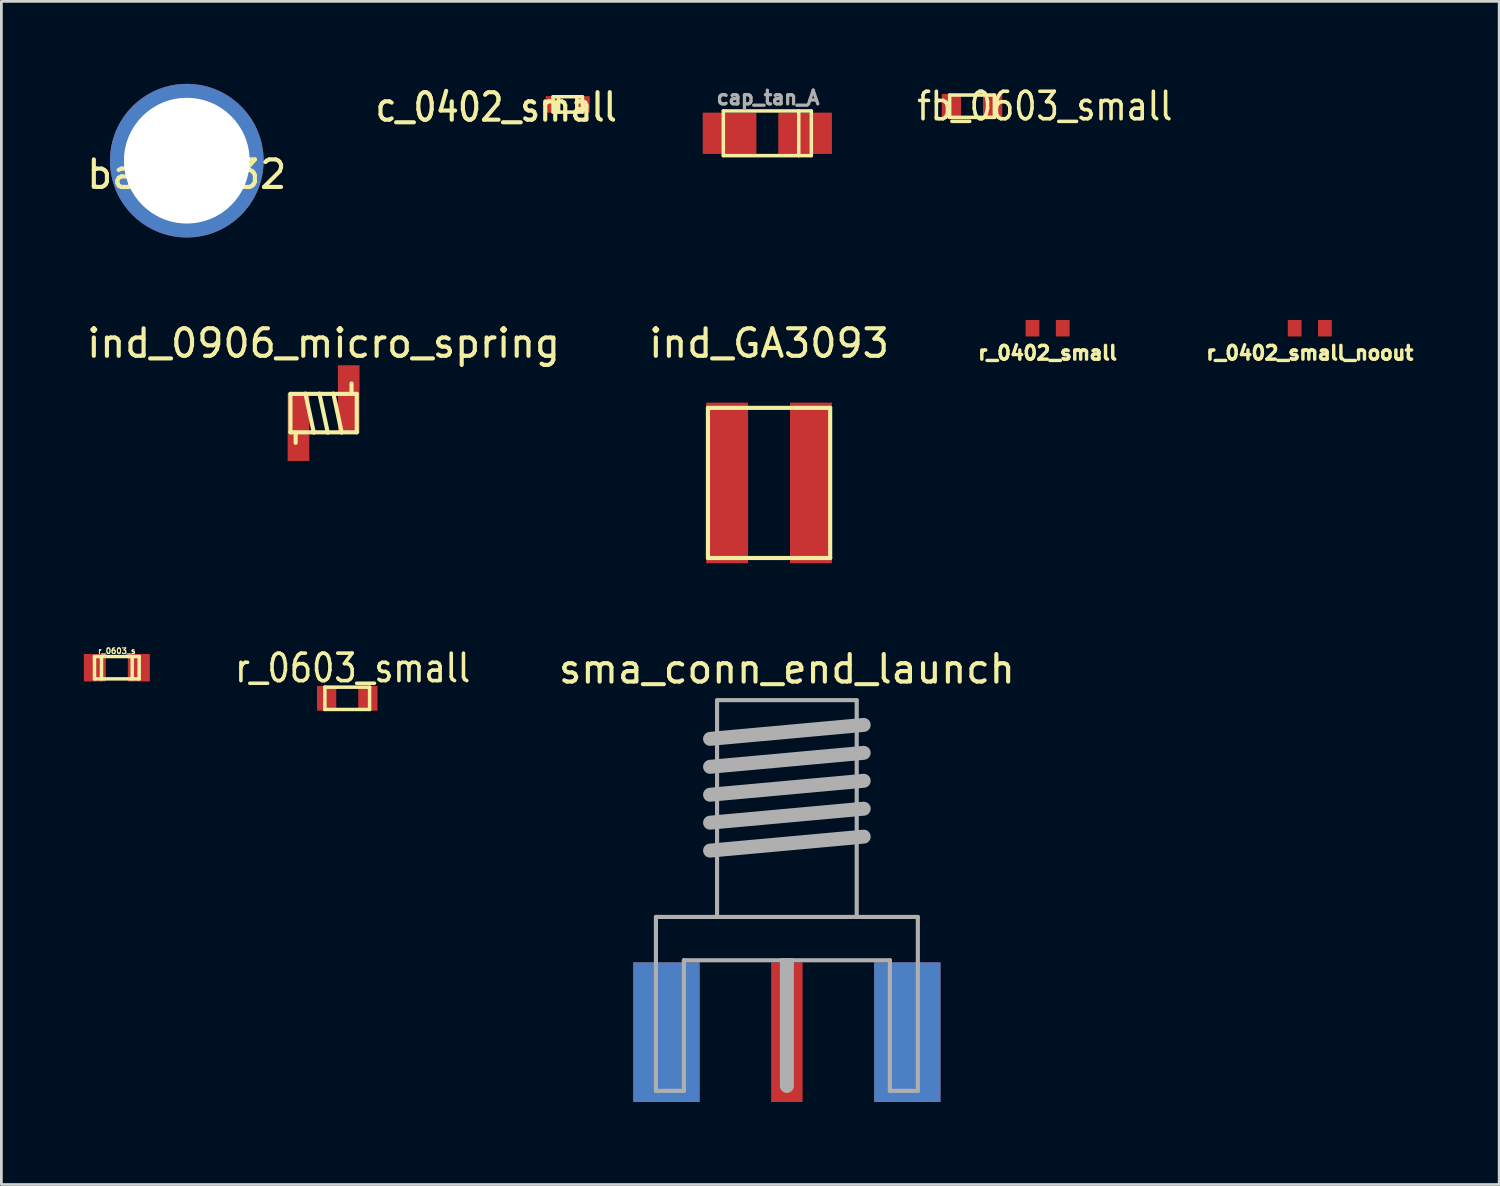
<source format=kicad_pcb>
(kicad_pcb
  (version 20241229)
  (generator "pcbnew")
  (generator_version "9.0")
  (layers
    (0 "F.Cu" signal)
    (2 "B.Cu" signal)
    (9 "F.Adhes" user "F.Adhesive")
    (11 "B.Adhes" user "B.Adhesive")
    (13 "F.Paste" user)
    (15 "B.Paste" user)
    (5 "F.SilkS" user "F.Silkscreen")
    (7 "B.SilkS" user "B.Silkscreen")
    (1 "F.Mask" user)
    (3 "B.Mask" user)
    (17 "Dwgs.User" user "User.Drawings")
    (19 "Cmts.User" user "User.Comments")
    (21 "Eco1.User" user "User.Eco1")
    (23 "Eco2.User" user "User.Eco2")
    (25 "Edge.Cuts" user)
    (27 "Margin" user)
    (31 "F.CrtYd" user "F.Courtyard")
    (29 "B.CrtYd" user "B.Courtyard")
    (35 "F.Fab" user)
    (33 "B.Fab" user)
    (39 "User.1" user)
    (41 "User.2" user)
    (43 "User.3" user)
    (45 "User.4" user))
  (footprint "r_0402_small_noout"
    (layer "F.Cu")
    (at 44.591 8.888)
    (property "Reference" "r_0402_small_noout" (at 0 0.9 0) (layer "F.SilkS") (effects (font (size 0.5 0.5) (thickness 0.125))))
    (attr through_hole)
    (pad "1" smd rect (at 0.55 0) (size 0.5 0.6) (layers "F.Cu" "F.Mask" "F.Paste"))
    (pad "2" smd rect (at -0.55 0) (size 0.5 0.6) (layers "F.Cu" "F.Mask" "F.Paste")))
  (footprint "fb_0603_small"
    (layer "F.Cu")
    (at 32.304 0.813)
    (property "Reference" "fb_0603_small" (at 2.65 0 0) (layer "F.SilkS") (effects (font (size 1 0.85) (thickness 0.13))))
    (attr through_hole)
    (fp_line (start -0.813 -0.406) (end 0.813 -0.406) (stroke (width 0.127) (type solid)) (layer "F.SilkS"))
    (fp_line (start -0.813 0.406) (end -0.813 -0.406) (stroke (width 0.127) (type solid)) (layer "F.SilkS"))
    (fp_line (start 0.813 -0.406) (end 0.813 0.406) (stroke (width 0.127) (type solid)) (layer "F.SilkS"))
    (fp_line (start 0.813 0.406) (end -0.813 0.406) (stroke (width 0.127) (type solid)) (layer "F.SilkS"))
    (pad "1" smd rect (at 0.75 0) (size 0.7 0.9) (layers "F.Cu" "F.Mask" "F.Paste"))
    (pad "2" smd rect (at -0.75 0) (size 0.7 0.9) (layers "F.Cu" "F.Mask" "F.Paste")))
  (footprint "r_0603_s"
    (layer "F.Cu")
    (at 1.2 21.236)
    (property "Reference" "r_0603_s" (at 0 -0.61 0) (layer "F.SilkS") (effects (font (size 0.201 0.201) (thickness 0.041))))
    (attr through_hole)
    (fp_line (start -0.813 -0.406) (end 0.813 -0.406) (stroke (width 0.127) (type solid)) (layer "F.SilkS"))
    (fp_line (start -0.813 0.406) (end -0.813 -0.406) (stroke (width 0.127) (type solid)) (layer "F.SilkS"))
    (fp_line (start -0.559 -0.381) (end -0.559 0.406) (stroke (width 0.127) (type solid)) (layer "F.SilkS"))
    (fp_line (start 0.559 0.406) (end 0.559 -0.406) (stroke (width 0.127) (type solid)) (layer "F.SilkS"))
    (fp_line (start 0.813 -0.406) (end 0.813 0.406) (stroke (width 0.127) (type solid)) (layer "F.SilkS"))
    (fp_line (start 0.813 0.406) (end -0.813 0.406) (stroke (width 0.127) (type solid)) (layer "F.SilkS"))
    (pad "1" smd rect (at 0.8 0) (size 0.8 1.001) (layers "F.Cu" "F.Mask" "F.Paste"))
    (pad "2" smd rect (at -0.8 0) (size 0.8 1.001) (layers "F.Cu" "F.Mask" "F.Paste")))
  (footprint "ball_7_32"
    (layer "F.Cu")
    (at 3.744 2.794)
    (property "Reference" "ball_7_32" (at 0 0.5 0) (layer "F.SilkS") (effects (font (size 1 1) (thickness 0.15))))
    (attr through_hole)
    (pad "1" thru_hole circle (at 0 0) (size 5.588 5.588) (drill 4.572) (layers "*.Cu" "*.Mask")))
  (footprint "c_0402_small"
    (layer "F.Cu")
    (at 17.6 0.748)
    (property "Reference" "c_0402_small" (at -2.6 0.1 0) (layer "F.SilkS") (effects (font (size 1 0.85) (thickness 0.15))))
    (attr through_hole)
    (fp_line (start -0.533 -0.279) (end -0.533 0.279) (stroke (width 0.127) (type solid)) (layer "F.SilkS"))
    (fp_line (start -0.533 0.279) (end 0.533 0.279) (stroke (width 0.127) (type solid)) (layer "F.SilkS"))
    (fp_line (start -0.33 -0.279) (end -0.33 0.279) (stroke (width 0.127) (type solid)) (layer "F.SilkS"))
    (fp_line (start 0.33 -0.279) (end 0.33 0.279) (stroke (width 0.127) (type solid)) (layer "F.SilkS"))
    (fp_line (start 0.533 -0.279) (end -0.533 -0.279) (stroke (width 0.127) (type solid)) (layer "F.SilkS"))
    (fp_line (start 0.533 0.279) (end 0.533 -0.279) (stroke (width 0.127) (type solid)) (layer "F.SilkS"))
    (pad "1" smd rect (at 0.55 0) (size 0.5 0.6) (layers "F.Cu" "F.Mask" "F.Paste"))
    (pad "2" smd rect (at -0.55 0) (size 0.5 0.6) (layers "F.Cu" "F.Mask" "F.Paste")))
  (footprint "sma_conn_end_launch"
    (layer "F.Cu")
    (at 25.571 31.953)
    (property "Reference" "sma_conn_end_launch" (at 0 -10.668 0) (layer "F.SilkS") (effects (font (size 1 1) (thickness 0.15))))
    (attr through_hole)
    (fp_line (start -4.763 -1.651) (end -4.763 4.674) (stroke (width 0.15) (type solid)) (layer "F.Fab"))
    (fp_line (start -4.763 -1.651) (end -2.54 -1.651) (stroke (width 0.15) (type solid)) (layer "F.Fab"))
    (fp_line (start -4.763 4.674) (end -3.747 4.674) (stroke (width 0.15) (type solid)) (layer "F.Fab"))
    (fp_line (start -3.747 -0.076) (end 3.747 -0.076) (stroke (width 0.15) (type solid)) (layer "F.Fab"))
    (fp_line (start -3.747 4.674) (end -3.747 -0.076) (stroke (width 0.15) (type solid)) (layer "F.Fab"))
    (fp_line (start -2.794 -8.128) (end 2.794 -8.636) (stroke (width 0.508) (type solid)) (layer "F.Fab"))
    (fp_line (start -2.794 -7.112) (end 2.794 -7.62) (stroke (width 0.508) (type solid)) (layer "F.Fab"))
    (fp_line (start -2.794 -6.096) (end 2.794 -6.604) (stroke (width 0.508) (type solid)) (layer "F.Fab"))
    (fp_line (start -2.794 -5.08) (end 2.794 -5.588) (stroke (width 0.508) (type solid)) (layer "F.Fab"))
    (fp_line (start -2.794 -4.064) (end 2.794 -4.572) (stroke (width 0.508) (type solid)) (layer "F.Fab"))
    (fp_line (start -2.54 -1.651) (end -2.54 -9.525) (stroke (width 0.15) (type solid)) (layer "F.Fab"))
    (fp_line (start -2.54 -1.651) (end 2.54 -1.651) (stroke (width 0.15) (type solid)) (layer "F.Fab"))
    (fp_line (start -0.178 -0.076) (end 0.178 -0.076) (stroke (width 0.15) (type solid)) (layer "F.Fab"))
    (fp_line (start -0.178 0.102) (end -0.178 -0.076) (stroke (width 0.15) (type solid)) (layer "F.Fab"))
    (fp_line (start 0 0.127) (end 0 4.496) (stroke (width 0.508) (type solid)) (layer "F.Fab"))
    (fp_line (start 0.178 -0.076) (end 0.178 0.102) (stroke (width 0.15) (type solid)) (layer "F.Fab"))
    (fp_line (start 2.54 -9.538) (end -2.54 -9.538) (stroke (width 0.15) (type solid)) (layer "F.Fab"))
    (fp_line (start 2.54 -1.651) (end 2.54 -9.525) (stroke (width 0.15) (type solid)) (layer "F.Fab"))
    (fp_line (start 2.54 -1.651) (end 4.763 -1.651) (stroke (width 0.15) (type solid)) (layer "F.Fab"))
    (fp_line (start 3.747 4.674) (end 3.747 -0.076) (stroke (width 0.15) (type solid)) (layer "F.Fab"))
    (fp_line (start 4.763 -1.651) (end 4.763 4.674) (stroke (width 0.15) (type solid)) (layer "F.Fab"))
    (fp_line (start 4.763 4.674) (end 3.747 4.674) (stroke (width 0.15) (type solid)) (layer "F.Fab"))
    (pad "1" smd rect (at 0 2.54) (size 1.143 5.08) (layers "F.Cu" "F.Mask" "F.Paste"))
    (pad "2" smd rect (at -4.381 2.54) (size 2.413 5.08) (layers "F.Cu" "F.Mask" "F.Paste"))
    (pad "2" smd rect (at -4.381 2.54) (size 2.413 5.08) (layers "B.Cu" "B.Mask" "B.Paste"))
    (pad "3" smd rect (at 4.381 2.54) (size 2.413 5.08) (layers "F.Cu" "F.Mask" "F.Paste"))
    (pad "3" smd rect (at 4.381 2.54) (size 2.413 5.08) (layers "B.Cu" "B.Mask" "B.Paste")))
  (footprint "cap_tan_A"
    (layer "F.Cu")
    (at 24.86 1.798)
    (property "Reference" "cap_tan_A" (at 0.025 -1.295 0) (layer "F.Fab") (effects (font (size 0.5 0.5) (thickness 0.119))))
    (attr through_hole)
    (fp_line (start -1.6 -0.813) (end -1.6 0.813) (stroke (width 0.127) (type solid)) (layer "F.SilkS"))
    (fp_line (start -1.6 0.813) (end 1.6 0.813) (stroke (width 0.127) (type solid)) (layer "F.SilkS"))
    (fp_line (start 1.143 0.813) (end 1.143 -0.813) (stroke (width 0.127) (type solid)) (layer "F.SilkS"))
    (fp_line (start 1.6 -0.813) (end -1.6 -0.813) (stroke (width 0.127) (type solid)) (layer "F.SilkS"))
    (fp_line (start 1.6 0.813) (end 1.6 -0.813) (stroke (width 0.127) (type solid)) (layer "F.SilkS"))
    (pad "1" smd rect (at -1.374 0) (size 1.951 1.501) (layers "F.Cu" "F.Mask" "F.Paste"))
    (pad "2" smd rect (at 1.374 0) (size 1.951 1.501) (layers "F.Cu" "F.Mask" "F.Paste")))
  (footprint "r_0402_small"
    (layer "F.Cu")
    (at 35.054 8.888)
    (property "Reference" "r_0402_small" (at 0 0.9 0) (layer "F.SilkS") (effects (font (size 0.5 0.5) (thickness 0.125))))
    (attr through_hole)
    (pad "1" smd rect (at 0.55 0) (size 0.5 0.6) (layers "F.Cu" "F.Mask" "F.Paste"))
    (pad "2" smd rect (at -0.55 0) (size 0.5 0.6) (layers "F.Cu" "F.Mask" "F.Paste")))
  (footprint "ind_0906_micro_spring"
    (layer "F.Cu")
    (at 8.72 11.976)
    (property "Reference" "ind_0906_micro_spring" (at 0 -2.54 0) (layer "F.SilkS") (effects (font (size 1 1) (thickness 0.15))))
    (attr through_hole)
    (fp_line (start -1.206 -0.699) (end 1.206 -0.699) (stroke (width 0.15) (type solid)) (layer "F.SilkS"))
    (fp_line (start -1.206 0.699) (end -1.206 -0.699) (stroke (width 0.15) (type solid)) (layer "F.SilkS"))
    (fp_line (start -1.016 0.699) (end -1.016 1.079) (stroke (width 0.15) (type solid)) (layer "F.SilkS"))
    (fp_line (start -0.66 -0.711) (end -0.356 0.711) (stroke (width 0.15) (type solid)) (layer "F.SilkS"))
    (fp_line (start -0.152 -0.711) (end 0.152 0.711) (stroke (width 0.15) (type solid)) (layer "F.SilkS"))
    (fp_line (start 0.356 -0.711) (end 0.66 0.711) (stroke (width 0.15) (type solid)) (layer "F.SilkS"))
    (fp_line (start 1.016 -1.079) (end 1.016 -0.699) (stroke (width 0.15) (type solid)) (layer "F.SilkS"))
    (fp_line (start 1.206 -0.699) (end 1.206 0.699) (stroke (width 0.15) (type solid)) (layer "F.SilkS"))
    (fp_line (start 1.206 0.699) (end -1.206 0.699) (stroke (width 0.15) (type solid)) (layer "F.SilkS"))
    (pad "1" smd rect (at -0.914 0.508) (size 0.787 2.464) (layers "F.Cu" "F.Mask" "F.Paste"))
    (pad "2" smd rect (at 0.914 -0.508) (size 0.787 2.464) (layers "F.Cu" "F.Mask" "F.Paste")))
  (footprint "r_0603_small"
    (layer "F.Cu")
    (at 9.58 22.35)
    (property "Reference" "r_0603_small" (at 0.2 -1.1 0) (layer "F.SilkS") (effects (font (size 1 0.85) (thickness 0.13))))
    (attr through_hole)
    (fp_line (start -0.813 -0.406) (end 0.813 -0.406) (stroke (width 0.127) (type solid)) (layer "F.SilkS"))
    (fp_line (start -0.813 0.406) (end -0.813 -0.406) (stroke (width 0.127) (type solid)) (layer "F.SilkS"))
    (fp_line (start 0.813 -0.406) (end 0.813 0.406) (stroke (width 0.127) (type solid)) (layer "F.SilkS"))
    (fp_line (start 0.813 0.406) (end -0.813 0.406) (stroke (width 0.127) (type solid)) (layer "F.SilkS"))
    (pad "1" smd rect (at 0.75 0) (size 0.7 0.9) (layers "F.Cu" "F.Mask" "F.Paste"))
    (pad "2" smd rect (at -0.75 0) (size 0.7 0.9) (layers "F.Cu" "F.Mask" "F.Paste")))
  (footprint "ind_GA3093"
    (layer "F.Cu")
    (at 24.923 14.516)
    (property "Reference" "ind_GA3093" (at 0 -5.08 0) (layer "F.SilkS") (effects (font (size 1 1) (thickness 0.15))))
    (attr through_hole)
    (fp_line (start -2.223 -2.731) (end 2.223 -2.731) (stroke (width 0.15) (type solid)) (layer "F.SilkS"))
    (fp_line (start -2.223 2.731) (end -2.223 -2.731) (stroke (width 0.15) (type solid)) (layer "F.SilkS"))
    (fp_line (start 2.223 -2.731) (end 2.223 2.731) (stroke (width 0.15) (type solid)) (layer "F.SilkS"))
    (fp_line (start 2.223 2.731) (end -2.223 2.731) (stroke (width 0.15) (type solid)) (layer "F.SilkS"))
    (pad "1" smd rect (at -1.524 0) (size 1.524 5.842) (layers "F.Cu" "F.Mask" "F.Paste"))
    (pad "2" smd rect (at 1.524 0) (size 1.524 5.842) (layers "F.Cu" "F.Mask" "F.Paste")))
  (gr_rect
    (start -3 -3)
    (end 51.479 40.033)
    (stroke (width 0.1) (type default))
    (fill no)
    (layer "Edge.Cuts")))
</source>
